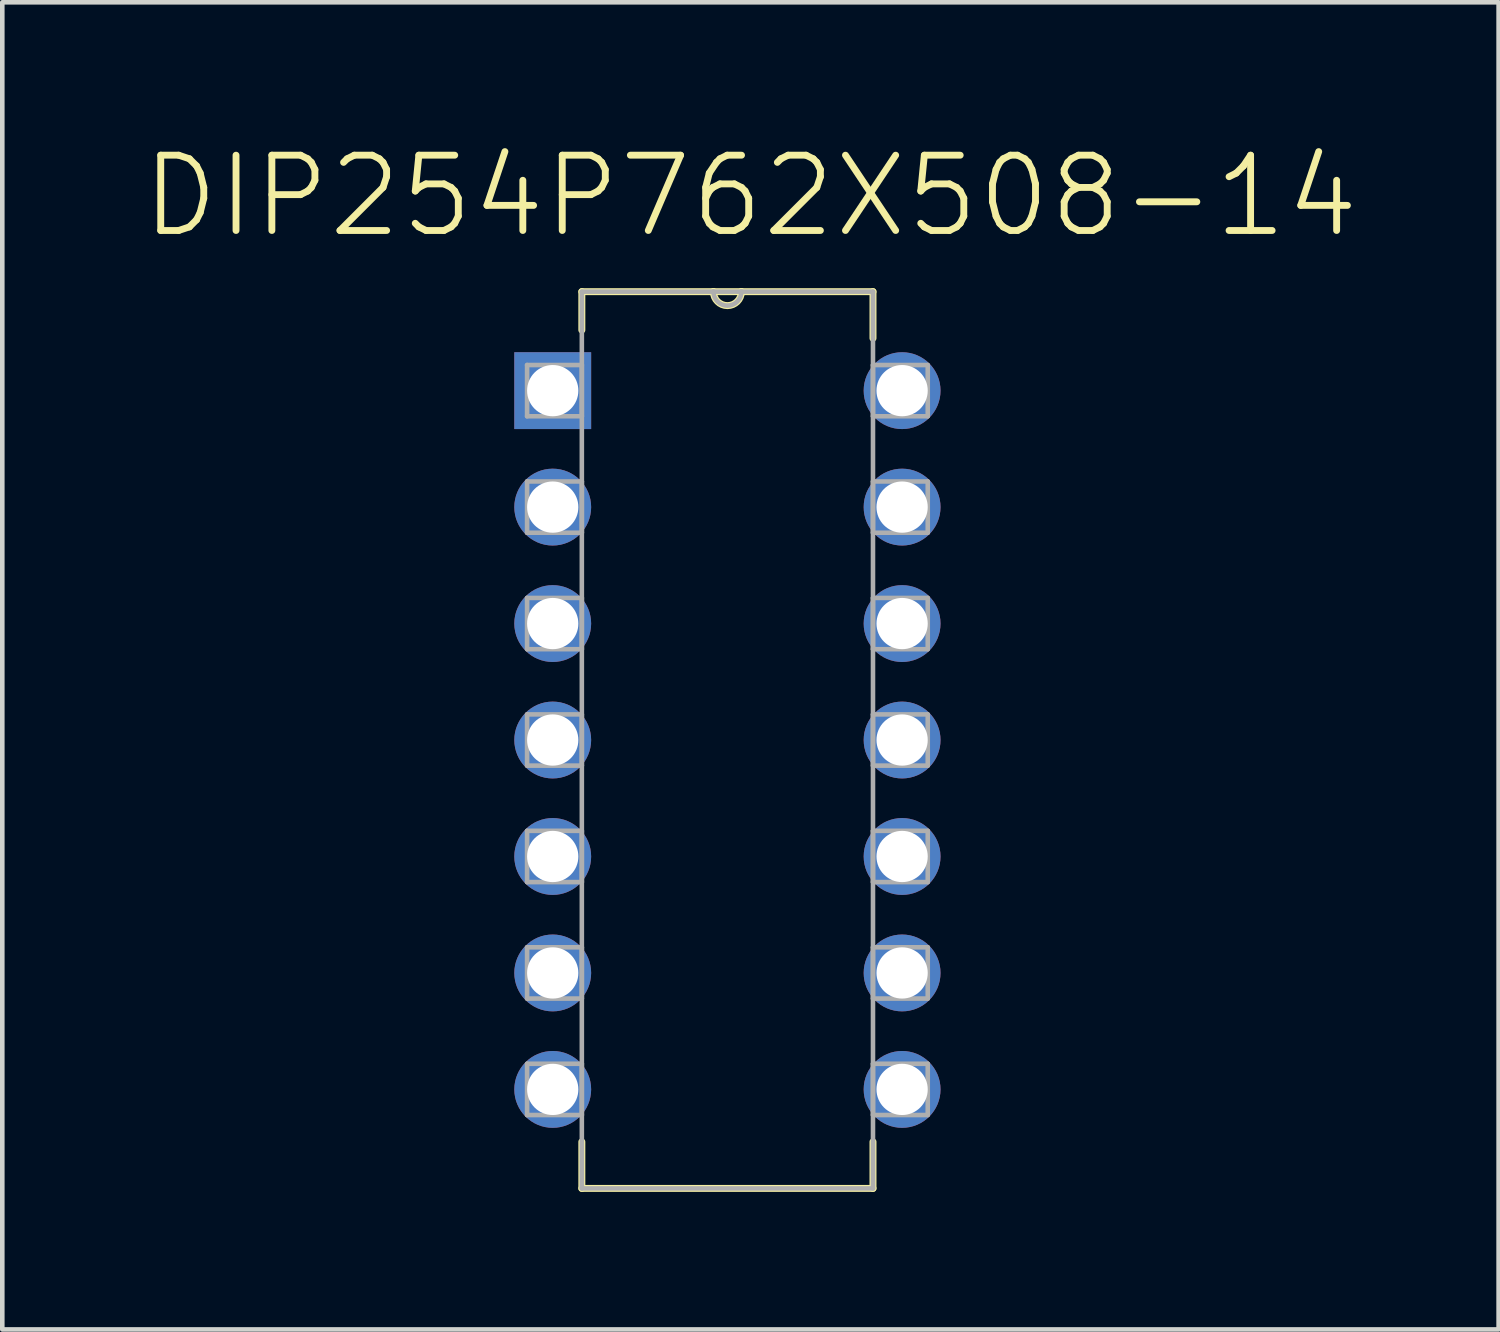
<source format=kicad_pcb>
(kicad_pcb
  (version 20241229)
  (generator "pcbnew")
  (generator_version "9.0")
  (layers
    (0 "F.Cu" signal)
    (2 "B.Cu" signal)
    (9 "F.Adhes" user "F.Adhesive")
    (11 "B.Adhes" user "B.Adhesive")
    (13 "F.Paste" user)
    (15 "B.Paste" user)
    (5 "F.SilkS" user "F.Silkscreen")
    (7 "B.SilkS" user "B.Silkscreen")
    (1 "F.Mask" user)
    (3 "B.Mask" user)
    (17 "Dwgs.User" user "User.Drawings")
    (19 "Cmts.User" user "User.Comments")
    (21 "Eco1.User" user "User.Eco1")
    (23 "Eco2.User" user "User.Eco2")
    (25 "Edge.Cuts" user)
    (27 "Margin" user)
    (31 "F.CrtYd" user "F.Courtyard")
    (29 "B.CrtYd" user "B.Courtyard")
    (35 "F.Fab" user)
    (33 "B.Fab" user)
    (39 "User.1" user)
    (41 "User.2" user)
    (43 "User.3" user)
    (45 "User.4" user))
  (footprint "DIP254P762X508-14"
    (layer "F.Cu")
    (at 16.625 20.71)
    (property "Reference" "DIP254P762X508-14" (at -3.307 -19.485 0) (layer "F.SilkS") (effects (font (size 1.642 1.642) (thickness 0.15))))
    (attr through_hole)
    (fp_line (start -6.985 -17.399) (end -6.985 -16.561) (stroke (width 0.152) (type solid)) (layer "F.SilkS"))
    (fp_line (start -6.985 1.143) (end -6.985 2.159) (stroke (width 0.152) (type solid)) (layer "F.SilkS"))
    (fp_line (start -6.985 2.159) (end -0.635 2.159) (stroke (width 0.152) (type solid)) (layer "F.SilkS"))
    (fp_line (start -4.115 -17.399) (end -6.985 -17.399) (stroke (width 0.152) (type solid)) (layer "F.SilkS"))
    (fp_line (start -3.505 -17.399) (end -4.115 -17.399) (stroke (width 0.152) (type solid)) (layer "F.SilkS"))
    (fp_line (start -0.635 -17.399) (end -3.505 -17.399) (stroke (width 0.152) (type solid)) (layer "F.SilkS"))
    (fp_line (start -0.635 -16.383) (end -0.635 -17.399) (stroke (width 0.152) (type solid)) (layer "F.SilkS"))
    (fp_line (start -0.635 2.159) (end -0.635 1.143) (stroke (width 0.152) (type solid)) (layer "F.SilkS"))
    (fp_arc (start -3.5052 -17.399) (mid -3.81 -17.0942) (end -4.1148 -17.399) (stroke (width 0.1524) (type solid)) (layer "F.SilkS"))
    (fp_line (start -8.179 -15.799) (end -8.179 -14.681) (stroke (width 0.1) (type solid)) (layer "F.Fab"))
    (fp_line (start -8.179 -14.681) (end -6.985 -14.681) (stroke (width 0.1) (type solid)) (layer "F.Fab"))
    (fp_line (start -8.179 -13.259) (end -8.179 -12.141) (stroke (width 0.1) (type solid)) (layer "F.Fab"))
    (fp_line (start -8.179 -12.141) (end -6.985 -12.141) (stroke (width 0.1) (type solid)) (layer "F.Fab"))
    (fp_line (start -8.179 -10.719) (end -8.179 -9.601) (stroke (width 0.1) (type solid)) (layer "F.Fab"))
    (fp_line (start -8.179 -9.601) (end -6.985 -9.601) (stroke (width 0.1) (type solid)) (layer "F.Fab"))
    (fp_line (start -8.179 -8.179) (end -8.179 -7.061) (stroke (width 0.1) (type solid)) (layer "F.Fab"))
    (fp_line (start -8.179 -7.061) (end -6.985 -7.061) (stroke (width 0.1) (type solid)) (layer "F.Fab"))
    (fp_line (start -8.179 -5.639) (end -8.179 -4.521) (stroke (width 0.1) (type solid)) (layer "F.Fab"))
    (fp_line (start -8.179 -4.521) (end -6.985 -4.521) (stroke (width 0.1) (type solid)) (layer "F.Fab"))
    (fp_line (start -8.179 -3.099) (end -8.179 -1.981) (stroke (width 0.1) (type solid)) (layer "F.Fab"))
    (fp_line (start -8.179 -1.981) (end -6.985 -1.981) (stroke (width 0.1) (type solid)) (layer "F.Fab"))
    (fp_line (start -8.179 -0.559) (end -8.179 0.559) (stroke (width 0.1) (type solid)) (layer "F.Fab"))
    (fp_line (start -8.179 0.559) (end -6.985 0.559) (stroke (width 0.1) (type solid)) (layer "F.Fab"))
    (fp_line (start -6.985 -17.399) (end -6.985 2.159) (stroke (width 0.1) (type solid)) (layer "F.Fab"))
    (fp_line (start -6.985 -15.799) (end -8.179 -15.799) (stroke (width 0.1) (type solid)) (layer "F.Fab"))
    (fp_line (start -6.985 -14.681) (end -6.985 -15.799) (stroke (width 0.1) (type solid)) (layer "F.Fab"))
    (fp_line (start -6.985 -13.259) (end -8.179 -13.259) (stroke (width 0.1) (type solid)) (layer "F.Fab"))
    (fp_line (start -6.985 -12.141) (end -6.985 -13.259) (stroke (width 0.1) (type solid)) (layer "F.Fab"))
    (fp_line (start -6.985 -10.719) (end -8.179 -10.719) (stroke (width 0.1) (type solid)) (layer "F.Fab"))
    (fp_line (start -6.985 -9.601) (end -6.985 -10.719) (stroke (width 0.1) (type solid)) (layer "F.Fab"))
    (fp_line (start -6.985 -8.179) (end -8.179 -8.179) (stroke (width 0.1) (type solid)) (layer "F.Fab"))
    (fp_line (start -6.985 -7.061) (end -6.985 -8.179) (stroke (width 0.1) (type solid)) (layer "F.Fab"))
    (fp_line (start -6.985 -5.639) (end -8.179 -5.639) (stroke (width 0.1) (type solid)) (layer "F.Fab"))
    (fp_line (start -6.985 -4.521) (end -6.985 -5.639) (stroke (width 0.1) (type solid)) (layer "F.Fab"))
    (fp_line (start -6.985 -3.099) (end -8.179 -3.099) (stroke (width 0.1) (type solid)) (layer "F.Fab"))
    (fp_line (start -6.985 -1.981) (end -6.985 -3.099) (stroke (width 0.1) (type solid)) (layer "F.Fab"))
    (fp_line (start -6.985 -0.559) (end -8.179 -0.559) (stroke (width 0.1) (type solid)) (layer "F.Fab"))
    (fp_line (start -6.985 0.559) (end -6.985 -0.559) (stroke (width 0.1) (type solid)) (layer "F.Fab"))
    (fp_line (start -6.985 2.159) (end -0.635 2.159) (stroke (width 0.1) (type solid)) (layer "F.Fab"))
    (fp_line (start -4.115 -17.399) (end -6.985 -17.399) (stroke (width 0.1) (type solid)) (layer "F.Fab"))
    (fp_line (start -3.505 -17.399) (end -4.115 -17.399) (stroke (width 0.1) (type solid)) (layer "F.Fab"))
    (fp_line (start -0.635 -17.399) (end -3.505 -17.399) (stroke (width 0.1) (type solid)) (layer "F.Fab"))
    (fp_line (start -0.635 -15.799) (end -0.635 -14.681) (stroke (width 0.1) (type solid)) (layer "F.Fab"))
    (fp_line (start -0.635 -14.681) (end 0.559 -14.681) (stroke (width 0.1) (type solid)) (layer "F.Fab"))
    (fp_line (start -0.635 -13.259) (end -0.635 -12.141) (stroke (width 0.1) (type solid)) (layer "F.Fab"))
    (fp_line (start -0.635 -12.141) (end 0.559 -12.141) (stroke (width 0.1) (type solid)) (layer "F.Fab"))
    (fp_line (start -0.635 -10.719) (end -0.635 -9.601) (stroke (width 0.1) (type solid)) (layer "F.Fab"))
    (fp_line (start -0.635 -9.601) (end 0.559 -9.601) (stroke (width 0.1) (type solid)) (layer "F.Fab"))
    (fp_line (start -0.635 -8.179) (end -0.635 -7.061) (stroke (width 0.1) (type solid)) (layer "F.Fab"))
    (fp_line (start -0.635 -7.061) (end 0.559 -7.061) (stroke (width 0.1) (type solid)) (layer "F.Fab"))
    (fp_line (start -0.635 -5.639) (end -0.635 -4.521) (stroke (width 0.1) (type solid)) (layer "F.Fab"))
    (fp_line (start -0.635 -4.521) (end 0.559 -4.521) (stroke (width 0.1) (type solid)) (layer "F.Fab"))
    (fp_line (start -0.635 -3.099) (end -0.635 -1.981) (stroke (width 0.1) (type solid)) (layer "F.Fab"))
    (fp_line (start -0.635 -1.981) (end 0.559 -1.981) (stroke (width 0.1) (type solid)) (layer "F.Fab"))
    (fp_line (start -0.635 -0.559) (end -0.635 0.559) (stroke (width 0.1) (type solid)) (layer "F.Fab"))
    (fp_line (start -0.635 0.559) (end 0.559 0.559) (stroke (width 0.1) (type solid)) (layer "F.Fab"))
    (fp_line (start -0.635 2.159) (end -0.635 -17.399) (stroke (width 0.1) (type solid)) (layer "F.Fab"))
    (fp_line (start 0.559 -15.799) (end -0.635 -15.799) (stroke (width 0.1) (type solid)) (layer "F.Fab"))
    (fp_line (start 0.559 -14.681) (end 0.559 -15.799) (stroke (width 0.1) (type solid)) (layer "F.Fab"))
    (fp_line (start 0.559 -13.259) (end -0.635 -13.259) (stroke (width 0.1) (type solid)) (layer "F.Fab"))
    (fp_line (start 0.559 -12.141) (end 0.559 -13.259) (stroke (width 0.1) (type solid)) (layer "F.Fab"))
    (fp_line (start 0.559 -10.719) (end -0.635 -10.719) (stroke (width 0.1) (type solid)) (layer "F.Fab"))
    (fp_line (start 0.559 -9.601) (end 0.559 -10.719) (stroke (width 0.1) (type solid)) (layer "F.Fab"))
    (fp_line (start 0.559 -8.179) (end -0.635 -8.179) (stroke (width 0.1) (type solid)) (layer "F.Fab"))
    (fp_line (start 0.559 -7.061) (end 0.559 -8.179) (stroke (width 0.1) (type solid)) (layer "F.Fab"))
    (fp_line (start 0.559 -5.639) (end -0.635 -5.639) (stroke (width 0.1) (type solid)) (layer "F.Fab"))
    (fp_line (start 0.559 -4.521) (end 0.559 -5.639) (stroke (width 0.1) (type solid)) (layer "F.Fab"))
    (fp_line (start 0.559 -3.099) (end -0.635 -3.099) (stroke (width 0.1) (type solid)) (layer "F.Fab"))
    (fp_line (start 0.559 -1.981) (end 0.559 -3.099) (stroke (width 0.1) (type solid)) (layer "F.Fab"))
    (fp_line (start 0.559 -0.559) (end -0.635 -0.559) (stroke (width 0.1) (type solid)) (layer "F.Fab"))
    (fp_line (start 0.559 0.559) (end 0.559 -0.559) (stroke (width 0.1) (type solid)) (layer "F.Fab"))
    (fp_arc (start -3.5052 -17.399) (mid -3.81 -17.0942) (end -4.1148 -17.399) (stroke (width 0.1) (type solid)) (layer "F.Fab"))
    (pad "1" thru_hole rect (at -7.62 -15.24) (size 1.676 1.676) (drill 1.118) (layers "*.Cu" "*.Mask"))
    (pad "2" thru_hole circle (at -7.62 -12.7) (size 1.676 1.676) (drill 1.118) (layers "*.Cu" "*.Mask"))
    (pad "3" thru_hole circle (at -7.62 -10.16) (size 1.676 1.676) (drill 1.118) (layers "*.Cu" "*.Mask"))
    (pad "4" thru_hole circle (at -7.62 -7.62) (size 1.676 1.676) (drill 1.118) (layers "*.Cu" "*.Mask"))
    (pad "5" thru_hole circle (at -7.62 -5.08) (size 1.676 1.676) (drill 1.118) (layers "*.Cu" "*.Mask"))
    (pad "6" thru_hole circle (at -7.62 -2.54) (size 1.676 1.676) (drill 1.118) (layers "*.Cu" "*.Mask"))
    (pad "7" thru_hole circle (at -7.62 0) (size 1.676 1.676) (drill 1.118) (layers "*.Cu" "*.Mask"))
    (pad "8" thru_hole circle (at 0 0) (size 1.676 1.676) (drill 1.118) (layers "*.Cu" "*.Mask"))
    (pad "9" thru_hole circle (at 0 -2.54) (size 1.676 1.676) (drill 1.118) (layers "*.Cu" "*.Mask"))
    (pad "10" thru_hole circle (at 0 -5.08) (size 1.676 1.676) (drill 1.118) (layers "*.Cu" "*.Mask"))
    (pad "11" thru_hole circle (at 0 -7.62) (size 1.676 1.676) (drill 1.118) (layers "*.Cu" "*.Mask"))
    (pad "12" thru_hole circle (at 0 -10.16) (size 1.676 1.676) (drill 1.118) (layers "*.Cu" "*.Mask"))
    (pad "13" thru_hole circle (at 0 -12.7) (size 1.676 1.676) (drill 1.118) (layers "*.Cu" "*.Mask"))
    (pad "14" thru_hole circle (at 0 -15.24) (size 1.676 1.676) (drill 1.118) (layers "*.Cu" "*.Mask")))
  (gr_rect
    (start -3 -3)
    (end 29.635 25.945)
    (stroke (width 0.1) (type default))
    (fill no)
    (layer "Edge.Cuts")))
</source>
